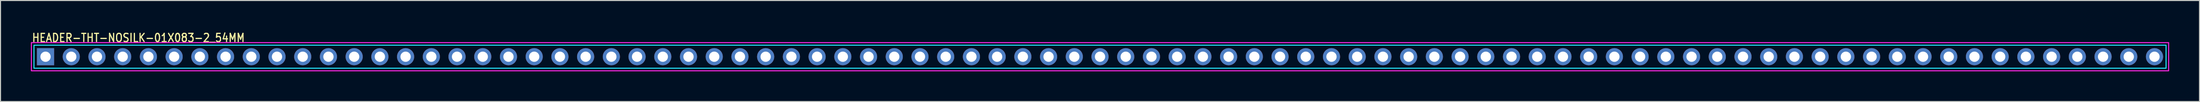
<source format=kicad_pcb>
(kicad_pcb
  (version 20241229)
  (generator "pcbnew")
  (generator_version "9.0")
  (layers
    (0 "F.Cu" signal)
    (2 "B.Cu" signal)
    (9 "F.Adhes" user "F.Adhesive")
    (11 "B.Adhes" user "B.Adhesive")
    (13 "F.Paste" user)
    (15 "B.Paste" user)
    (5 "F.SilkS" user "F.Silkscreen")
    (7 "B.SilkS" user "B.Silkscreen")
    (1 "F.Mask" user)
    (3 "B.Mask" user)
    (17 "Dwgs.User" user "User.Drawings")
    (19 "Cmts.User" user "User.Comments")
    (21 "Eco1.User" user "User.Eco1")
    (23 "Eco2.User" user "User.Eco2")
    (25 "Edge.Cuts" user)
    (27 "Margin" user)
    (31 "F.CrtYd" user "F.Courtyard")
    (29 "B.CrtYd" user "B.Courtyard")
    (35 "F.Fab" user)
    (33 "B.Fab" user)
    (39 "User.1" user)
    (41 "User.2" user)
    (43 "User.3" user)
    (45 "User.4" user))
  (footprint "HEADER-THT-NOSILK-01X083-2_54MM"
    (layer "F.Cu")
    (at 1.447 2.579)
    (property "Reference" "HEADER-THT-NOSILK-01X083-2_54MM" (at -1.4 -1.4 0) (unlocked yes) (layer "F.SilkS") (effects (font (size 0.813 0.695) (thickness 0.122)) (justify left bottom)))
    (fp_poly (pts (xy -1.143 -1.143) (xy 209.423 -1.143) (xy 209.423 1.143) (xy -1.143 1.143)) (stroke (width 0.1) (type solid)) (fill no) (layer "B.CrtYd"))
    (fp_poly (pts (xy -1.397 -1.397) (xy 209.677 -1.397) (xy 209.677 1.397) (xy -1.397 1.397)) (stroke (width 0.1) (type solid)) (fill no) (layer "F.CrtYd"))
    (pad "P$1" thru_hole rect (at 0 0) (size 1.693 1.693) (drill 1.016) (layers "*.Cu" "*.Mask"))
    (pad "P$2" thru_hole oval (at 2.54 0) (size 1.693 1.693) (drill 1.016) (layers "*.Cu" "*.Mask"))
    (pad "P$3" thru_hole oval (at 5.08 0) (size 1.693 1.693) (drill 1.016) (layers "*.Cu" "*.Mask"))
    (pad "P$4" thru_hole oval (at 7.62 0) (size 1.693 1.693) (drill 1.016) (layers "*.Cu" "*.Mask"))
    (pad "P$5" thru_hole oval (at 10.16 0) (size 1.693 1.693) (drill 1.016) (layers "*.Cu" "*.Mask"))
    (pad "P$6" thru_hole oval (at 12.7 0) (size 1.693 1.693) (drill 1.016) (layers "*.Cu" "*.Mask"))
    (pad "P$7" thru_hole oval (at 15.24 0) (size 1.693 1.693) (drill 1.016) (layers "*.Cu" "*.Mask"))
    (pad "P$8" thru_hole oval (at 17.78 0) (size 1.693 1.693) (drill 1.016) (layers "*.Cu" "*.Mask"))
    (pad "P$9" thru_hole oval (at 20.32 0) (size 1.693 1.693) (drill 1.016) (layers "*.Cu" "*.Mask"))
    (pad "P$10" thru_hole oval (at 22.86 0) (size 1.693 1.693) (drill 1.016) (layers "*.Cu" "*.Mask"))
    (pad "P$11" thru_hole oval (at 25.4 0) (size 1.693 1.693) (drill 1.016) (layers "*.Cu" "*.Mask"))
    (pad "P$12" thru_hole oval (at 27.94 0) (size 1.693 1.693) (drill 1.016) (layers "*.Cu" "*.Mask"))
    (pad "P$13" thru_hole oval (at 30.48 0) (size 1.693 1.693) (drill 1.016) (layers "*.Cu" "*.Mask"))
    (pad "P$14" thru_hole oval (at 33.02 0) (size 1.693 1.693) (drill 1.016) (layers "*.Cu" "*.Mask"))
    (pad "P$15" thru_hole oval (at 35.56 0) (size 1.693 1.693) (drill 1.016) (layers "*.Cu" "*.Mask"))
    (pad "P$16" thru_hole oval (at 38.1 0) (size 1.693 1.693) (drill 1.016) (layers "*.Cu" "*.Mask"))
    (pad "P$17" thru_hole oval (at 40.64 0) (size 1.693 1.693) (drill 1.016) (layers "*.Cu" "*.Mask"))
    (pad "P$18" thru_hole oval (at 43.18 0) (size 1.693 1.693) (drill 1.016) (layers "*.Cu" "*.Mask"))
    (pad "P$19" thru_hole oval (at 45.72 0) (size 1.693 1.693) (drill 1.016) (layers "*.Cu" "*.Mask"))
    (pad "P$20" thru_hole oval (at 48.26 0) (size 1.693 1.693) (drill 1.016) (layers "*.Cu" "*.Mask"))
    (pad "P$21" thru_hole oval (at 50.8 0) (size 1.693 1.693) (drill 1.016) (layers "*.Cu" "*.Mask"))
    (pad "P$22" thru_hole oval (at 53.34 0) (size 1.693 1.693) (drill 1.016) (layers "*.Cu" "*.Mask"))
    (pad "P$23" thru_hole oval (at 55.88 0) (size 1.693 1.693) (drill 1.016) (layers "*.Cu" "*.Mask"))
    (pad "P$24" thru_hole oval (at 58.42 0) (size 1.693 1.693) (drill 1.016) (layers "*.Cu" "*.Mask"))
    (pad "P$25" thru_hole oval (at 60.96 0) (size 1.693 1.693) (drill 1.016) (layers "*.Cu" "*.Mask"))
    (pad "P$26" thru_hole oval (at 63.5 0) (size 1.693 1.693) (drill 1.016) (layers "*.Cu" "*.Mask"))
    (pad "P$27" thru_hole oval (at 66.04 0) (size 1.693 1.693) (drill 1.016) (layers "*.Cu" "*.Mask"))
    (pad "P$28" thru_hole oval (at 68.58 0) (size 1.693 1.693) (drill 1.016) (layers "*.Cu" "*.Mask"))
    (pad "P$29" thru_hole oval (at 71.12 0) (size 1.693 1.693) (drill 1.016) (layers "*.Cu" "*.Mask"))
    (pad "P$30" thru_hole oval (at 73.66 0) (size 1.693 1.693) (drill 1.016) (layers "*.Cu" "*.Mask"))
    (pad "P$31" thru_hole oval (at 76.2 0) (size 1.693 1.693) (drill 1.016) (layers "*.Cu" "*.Mask"))
    (pad "P$32" thru_hole oval (at 78.74 0) (size 1.693 1.693) (drill 1.016) (layers "*.Cu" "*.Mask"))
    (pad "P$33" thru_hole oval (at 81.28 0) (size 1.693 1.693) (drill 1.016) (layers "*.Cu" "*.Mask"))
    (pad "P$34" thru_hole oval (at 83.82 0) (size 1.693 1.693) (drill 1.016) (layers "*.Cu" "*.Mask"))
    (pad "P$35" thru_hole oval (at 86.36 0) (size 1.693 1.693) (drill 1.016) (layers "*.Cu" "*.Mask"))
    (pad "P$36" thru_hole oval (at 88.9 0) (size 1.693 1.693) (drill 1.016) (layers "*.Cu" "*.Mask"))
    (pad "P$37" thru_hole oval (at 91.44 0) (size 1.693 1.693) (drill 1.016) (layers "*.Cu" "*.Mask"))
    (pad "P$38" thru_hole oval (at 93.98 0) (size 1.693 1.693) (drill 1.016) (layers "*.Cu" "*.Mask"))
    (pad "P$39" thru_hole oval (at 96.52 0) (size 1.693 1.693) (drill 1.016) (layers "*.Cu" "*.Mask"))
    (pad "P$40" thru_hole oval (at 99.06 0) (size 1.693 1.693) (drill 1.016) (layers "*.Cu" "*.Mask"))
    (pad "P$41" thru_hole oval (at 101.6 0) (size 1.693 1.693) (drill 1.016) (layers "*.Cu" "*.Mask"))
    (pad "P$42" thru_hole oval (at 104.14 0) (size 1.693 1.693) (drill 1.016) (layers "*.Cu" "*.Mask"))
    (pad "P$43" thru_hole oval (at 106.68 0) (size 1.693 1.693) (drill 1.016) (layers "*.Cu" "*.Mask"))
    (pad "P$44" thru_hole oval (at 109.22 0) (size 1.693 1.693) (drill 1.016) (layers "*.Cu" "*.Mask"))
    (pad "P$45" thru_hole oval (at 111.76 0) (size 1.693 1.693) (drill 1.016) (layers "*.Cu" "*.Mask"))
    (pad "P$46" thru_hole oval (at 114.3 0) (size 1.693 1.693) (drill 1.016) (layers "*.Cu" "*.Mask"))
    (pad "P$47" thru_hole oval (at 116.84 0) (size 1.693 1.693) (drill 1.016) (layers "*.Cu" "*.Mask"))
    (pad "P$48" thru_hole oval (at 119.38 0) (size 1.693 1.693) (drill 1.016) (layers "*.Cu" "*.Mask"))
    (pad "P$49" thru_hole oval (at 121.92 0) (size 1.693 1.693) (drill 1.016) (layers "*.Cu" "*.Mask"))
    (pad "P$50" thru_hole oval (at 124.46 0) (size 1.693 1.693) (drill 1.016) (layers "*.Cu" "*.Mask"))
    (pad "P$51" thru_hole oval (at 127 0) (size 1.693 1.693) (drill 1.016) (layers "*.Cu" "*.Mask"))
    (pad "P$52" thru_hole oval (at 129.54 0) (size 1.693 1.693) (drill 1.016) (layers "*.Cu" "*.Mask"))
    (pad "P$53" thru_hole oval (at 132.08 0) (size 1.693 1.693) (drill 1.016) (layers "*.Cu" "*.Mask"))
    (pad "P$54" thru_hole oval (at 134.62 0) (size 1.693 1.693) (drill 1.016) (layers "*.Cu" "*.Mask"))
    (pad "P$55" thru_hole oval (at 137.16 0) (size 1.693 1.693) (drill 1.016) (layers "*.Cu" "*.Mask"))
    (pad "P$56" thru_hole oval (at 139.7 0) (size 1.693 1.693) (drill 1.016) (layers "*.Cu" "*.Mask"))
    (pad "P$57" thru_hole oval (at 142.24 0) (size 1.693 1.693) (drill 1.016) (layers "*.Cu" "*.Mask"))
    (pad "P$58" thru_hole oval (at 144.78 0) (size 1.693 1.693) (drill 1.016) (layers "*.Cu" "*.Mask"))
    (pad "P$59" thru_hole oval (at 147.32 0) (size 1.693 1.693) (drill 1.016) (layers "*.Cu" "*.Mask"))
    (pad "P$60" thru_hole oval (at 149.86 0) (size 1.693 1.693) (drill 1.016) (layers "*.Cu" "*.Mask"))
    (pad "P$61" thru_hole oval (at 152.4 0) (size 1.693 1.693) (drill 1.016) (layers "*.Cu" "*.Mask"))
    (pad "P$62" thru_hole oval (at 154.94 0) (size 1.693 1.693) (drill 1.016) (layers "*.Cu" "*.Mask"))
    (pad "P$63" thru_hole oval (at 157.48 0) (size 1.693 1.693) (drill 1.016) (layers "*.Cu" "*.Mask"))
    (pad "P$64" thru_hole oval (at 160.02 0) (size 1.693 1.693) (drill 1.016) (layers "*.Cu" "*.Mask"))
    (pad "P$65" thru_hole oval (at 162.56 0) (size 1.693 1.693) (drill 1.016) (layers "*.Cu" "*.Mask"))
    (pad "P$66" thru_hole oval (at 165.1 0) (size 1.693 1.693) (drill 1.016) (layers "*.Cu" "*.Mask"))
    (pad "P$67" thru_hole oval (at 167.64 0) (size 1.693 1.693) (drill 1.016) (layers "*.Cu" "*.Mask"))
    (pad "P$68" thru_hole oval (at 170.18 0) (size 1.693 1.693) (drill 1.016) (layers "*.Cu" "*.Mask"))
    (pad "P$69" thru_hole oval (at 172.72 0) (size 1.693 1.693) (drill 1.016) (layers "*.Cu" "*.Mask"))
    (pad "P$70" thru_hole oval (at 175.26 0) (size 1.693 1.693) (drill 1.016) (layers "*.Cu" "*.Mask"))
    (pad "P$71" thru_hole oval (at 177.8 0) (size 1.693 1.693) (drill 1.016) (layers "*.Cu" "*.Mask"))
    (pad "P$72" thru_hole oval (at 180.34 0) (size 1.693 1.693) (drill 1.016) (layers "*.Cu" "*.Mask"))
    (pad "P$73" thru_hole oval (at 182.88 0) (size 1.693 1.693) (drill 1.016) (layers "*.Cu" "*.Mask"))
    (pad "P$74" thru_hole oval (at 185.42 0) (size 1.693 1.693) (drill 1.016) (layers "*.Cu" "*.Mask"))
    (pad "P$75" thru_hole oval (at 187.96 0) (size 1.693 1.693) (drill 1.016) (layers "*.Cu" "*.Mask"))
    (pad "P$76" thru_hole oval (at 190.5 0) (size 1.693 1.693) (drill 1.016) (layers "*.Cu" "*.Mask"))
    (pad "P$77" thru_hole oval (at 193.04 0) (size 1.693 1.693) (drill 1.016) (layers "*.Cu" "*.Mask"))
    (pad "P$78" thru_hole oval (at 195.58 0) (size 1.693 1.693) (drill 1.016) (layers "*.Cu" "*.Mask"))
    (pad "P$79" thru_hole oval (at 198.12 0) (size 1.693 1.693) (drill 1.016) (layers "*.Cu" "*.Mask"))
    (pad "P$80" thru_hole oval (at 200.66 0) (size 1.693 1.693) (drill 1.016) (layers "*.Cu" "*.Mask"))
    (pad "P$81" thru_hole oval (at 203.2 0) (size 1.693 1.693) (drill 1.016) (layers "*.Cu" "*.Mask"))
    (pad "P$82" thru_hole oval (at 205.74 0) (size 1.693 1.693) (drill 1.016) (layers "*.Cu" "*.Mask"))
    (pad "P$83" thru_hole oval (at 208.28 0) (size 1.693 1.693) (drill 1.016) (layers "*.Cu" "*.Mask")))
  (gr_rect
    (start -3 -3)
    (end 214.174 7.026)
    (stroke (width 0.1) (type default))
    (fill no)
    (layer "Edge.Cuts")))
</source>
